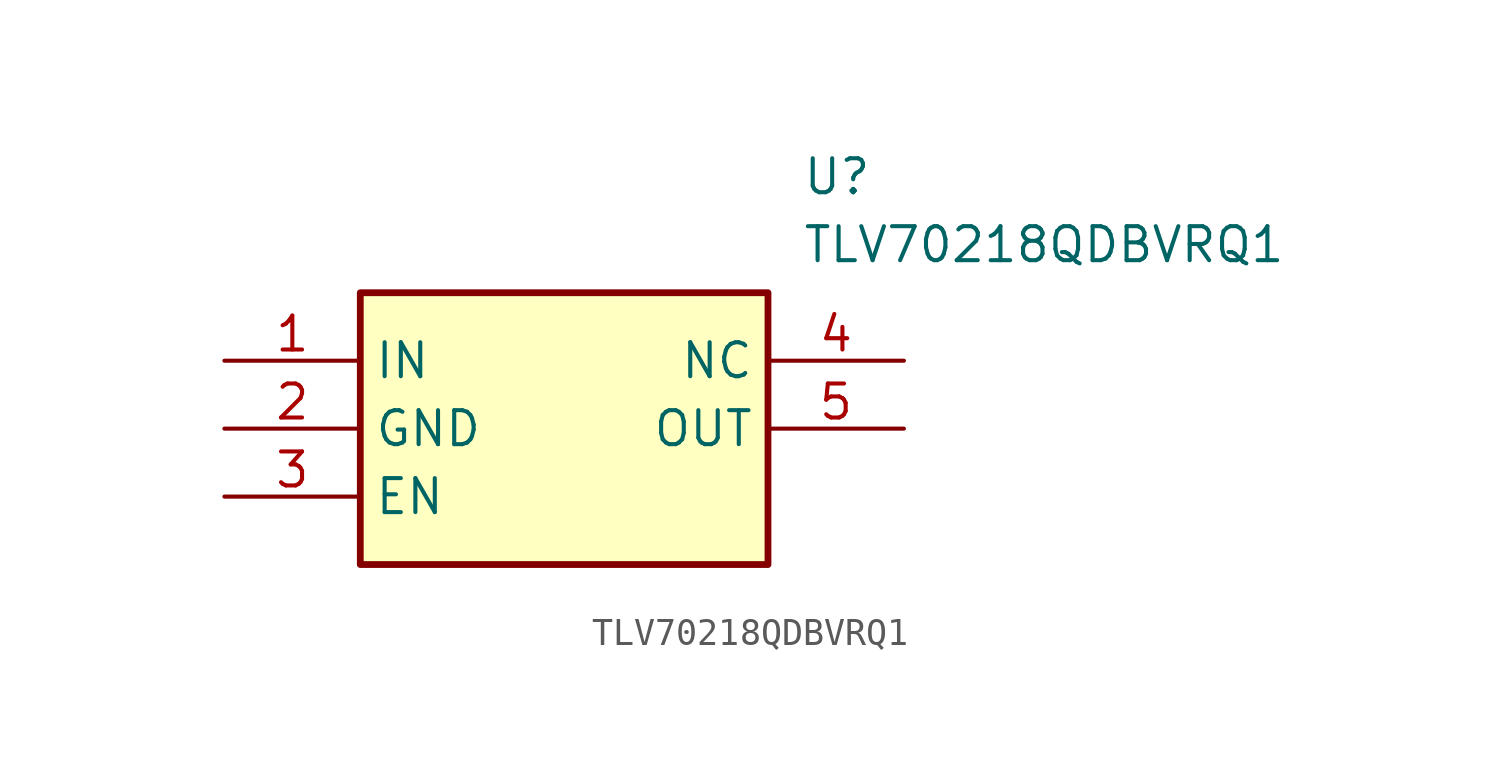
<source format=kicad_sym>
(kicad_symbol_lib
  (version 20241209)
  (generator "kicad_symbol_editor")
  (generator_version "9.0")
  (symbol "TLV70218QDBVRQ1"
    (property "Reference" "U"
      (at 21.59 7.62 0)
      (effects (font (size 1.27 1.27)) (justify left top)))
    (property "Value" "TLV70218QDBVRQ1"
      (at 21.59 5.08 0)
      (effects (font (size 1.27 1.27)) (justify left top)))
    (symbol "TLV70218QDBVRQ1_1_1"
      (rectangle (start 5.08 2.54) (end 20.32 -7.62) (stroke (width 0.254) (type default)) (fill (type background)))
      (pin passive line (at 0 0 0) (length 5.08) (name "IN" (effects (font (size 1.27 1.27)))) (number "1" (effects (font (size 1.27 1.27)))))
      (pin passive line (at 0 -2.54 0) (length 5.08) (name "GND" (effects (font (size 1.27 1.27)))) (number "2" (effects (font (size 1.27 1.27)))))
      (pin passive line (at 0 -5.08 0) (length 5.08) (name "EN" (effects (font (size 1.27 1.27)))) (number "3" (effects (font (size 1.27 1.27)))))
      (pin passive line (at 25.4 0 180) (length 5.08) (name "NC" (effects (font (size 1.27 1.27)))) (number "4" (effects (font (size 1.27 1.27)))))
      (pin passive line (at 25.4 -2.54 180) (length 5.08) (name "OUT" (effects (font (size 1.27 1.27)))) (number "5" (effects (font (size 1.27 1.27))))))))
</source>
